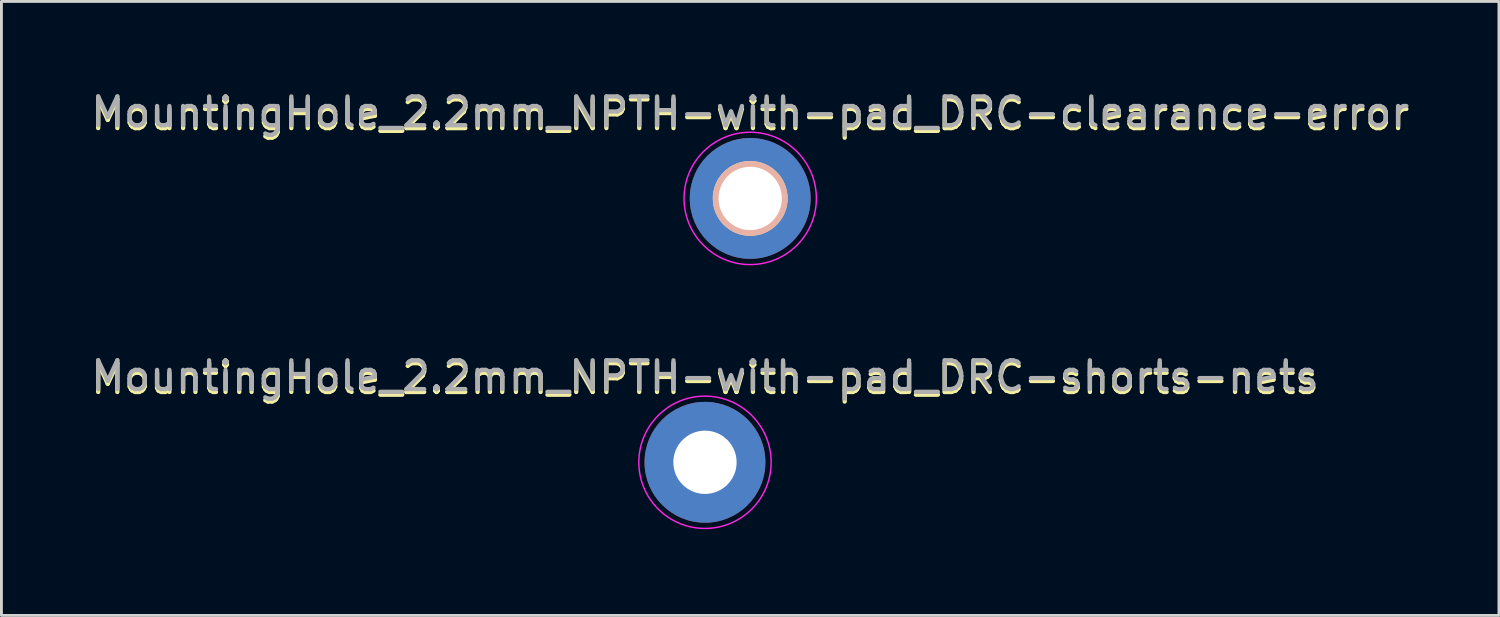
<source format=kicad_pcb>
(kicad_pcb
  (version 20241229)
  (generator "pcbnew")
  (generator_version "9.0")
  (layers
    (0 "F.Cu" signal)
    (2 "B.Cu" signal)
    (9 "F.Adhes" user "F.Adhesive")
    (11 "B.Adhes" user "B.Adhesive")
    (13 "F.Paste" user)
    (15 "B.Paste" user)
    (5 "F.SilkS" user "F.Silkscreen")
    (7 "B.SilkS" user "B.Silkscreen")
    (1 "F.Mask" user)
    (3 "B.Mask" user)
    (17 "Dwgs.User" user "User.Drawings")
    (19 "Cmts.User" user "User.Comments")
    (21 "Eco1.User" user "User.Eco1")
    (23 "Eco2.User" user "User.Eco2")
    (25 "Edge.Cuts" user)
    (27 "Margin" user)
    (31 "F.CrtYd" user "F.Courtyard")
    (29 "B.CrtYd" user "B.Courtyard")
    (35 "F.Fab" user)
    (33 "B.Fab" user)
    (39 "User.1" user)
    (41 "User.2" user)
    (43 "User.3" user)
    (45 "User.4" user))
  (footprint "MountingHole_2.2mm_NPTH-with-pad_DRC-shorts-nets"
    (layer "F.Cu")
    (at 21.458 13.021)
    (property "Reference" "MountingHole_2.2mm_NPTH-with-pad_DRC-shorts-nets" (at 0 -2.9 0) (layer "F.SilkS") (effects (font (size 1 1) (thickness 0.15))))
    (attr exclude_from_pos_files exclude_from_bom)
    (fp_circle (center 0 0) (end 2.3 0) (stroke (width 0.05) (type solid)) (fill no) (layer "F.CrtYd"))
    (fp_text user "${REFERENCE}" (at 0 -3 0) (layer "F.Fab") (effects (font (size 1 1) (thickness 0.15))))
    (pad "" np_thru_hole circle (at 0 0) (size 2.6 2.6) (drill 2.2) (layers "*.Cu"))
    (pad "1" smd circle (at 0 0) (size 4.2 4.2) (layers "F.Cu"))
    (pad "1" smd circle (at 0 0) (size 4.2 4.2) (layers "B.Cu")))
  (footprint "MountingHole_2.2mm_NPTH-with-pad_DRC-clearance-error"
    (layer "F.Cu")
    (at 23.03 3.848)
    (property "Reference" "MountingHole_2.2mm_NPTH-with-pad_DRC-clearance-error" (at 0 -2.9 0) (layer "F.SilkS") (effects (font (size 1 1) (thickness 0.15))))
    (attr exclude_from_pos_files exclude_from_bom)
    (fp_circle (center 0 0) (end 2.3 0) (stroke (width 0.05) (type solid)) (fill no) (layer "F.CrtYd"))
    (fp_text user "${REFERENCE}" (at 0 -3 0) (layer "F.Fab") (effects (font (size 1 1) (thickness 0.15))))
    (pad "" np_thru_hole circle (at 0 0) (size 2.6 2.6) (drill 2.2) (layers "*.SilkS"))
    (pad "1" smd circle (at 0 0) (size 4.2 4.2) (layers "F.Cu"))
    (pad "1" smd circle (at 0 0) (size 4.2 4.2) (layers "B.Cu")))
  (gr_rect
    (start -3 -3)
    (end 49.06 18.346)
    (stroke (width 0.1) (type default))
    (fill no)
    (layer "Edge.Cuts")))
</source>
